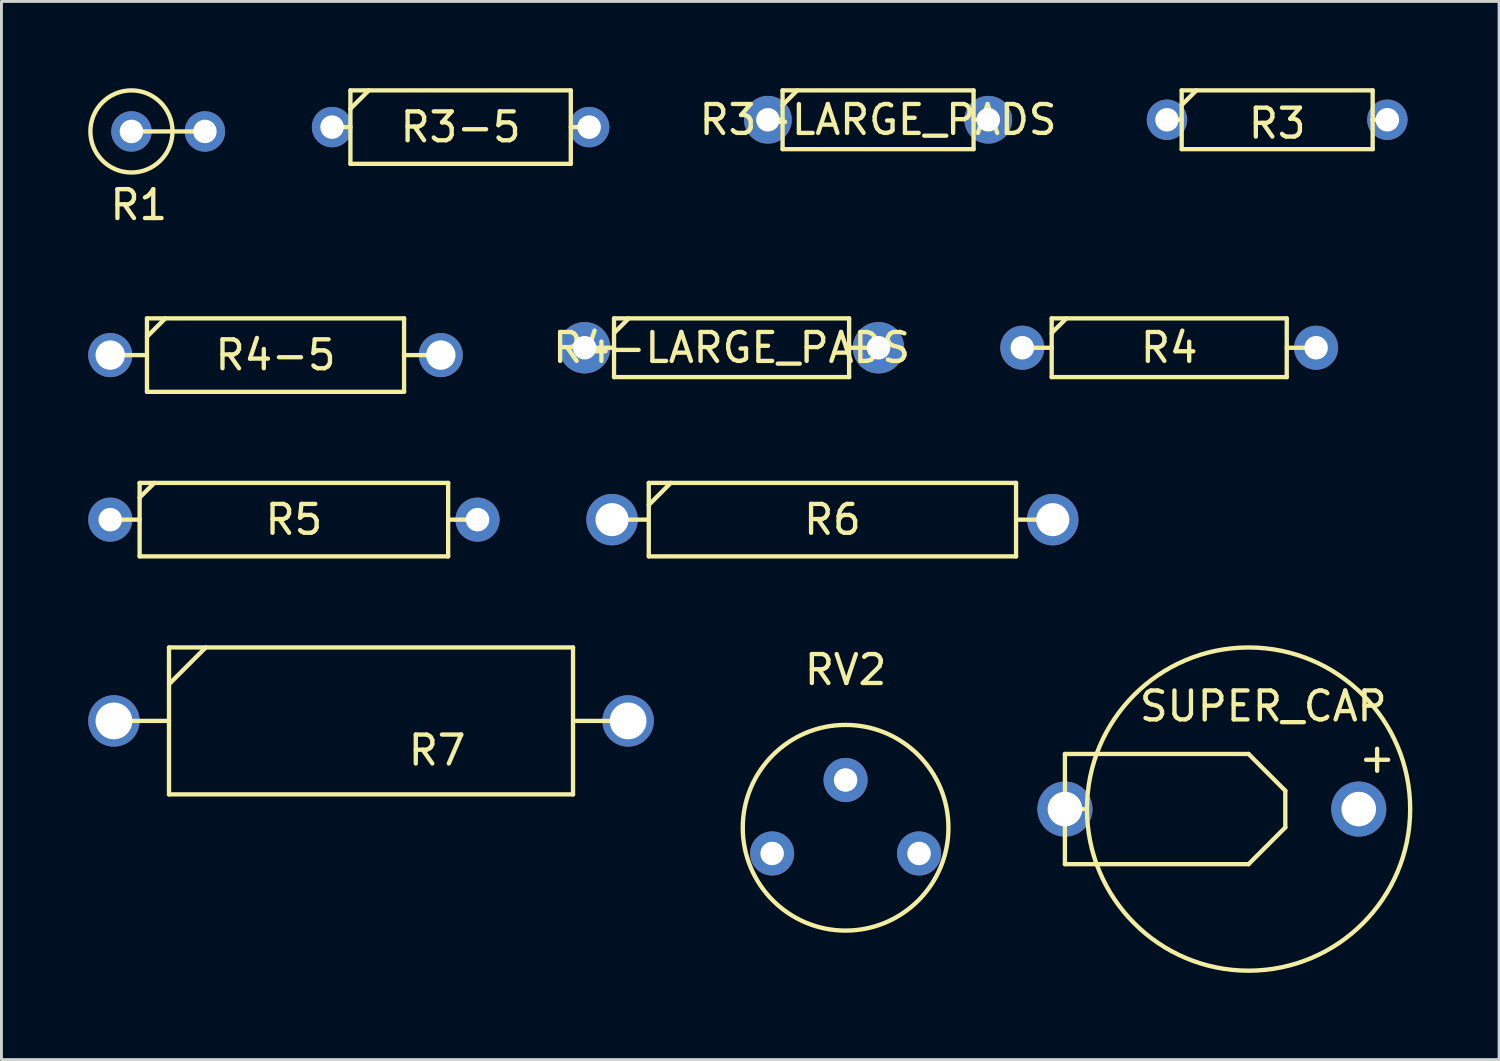
<source format=kicad_pcb>
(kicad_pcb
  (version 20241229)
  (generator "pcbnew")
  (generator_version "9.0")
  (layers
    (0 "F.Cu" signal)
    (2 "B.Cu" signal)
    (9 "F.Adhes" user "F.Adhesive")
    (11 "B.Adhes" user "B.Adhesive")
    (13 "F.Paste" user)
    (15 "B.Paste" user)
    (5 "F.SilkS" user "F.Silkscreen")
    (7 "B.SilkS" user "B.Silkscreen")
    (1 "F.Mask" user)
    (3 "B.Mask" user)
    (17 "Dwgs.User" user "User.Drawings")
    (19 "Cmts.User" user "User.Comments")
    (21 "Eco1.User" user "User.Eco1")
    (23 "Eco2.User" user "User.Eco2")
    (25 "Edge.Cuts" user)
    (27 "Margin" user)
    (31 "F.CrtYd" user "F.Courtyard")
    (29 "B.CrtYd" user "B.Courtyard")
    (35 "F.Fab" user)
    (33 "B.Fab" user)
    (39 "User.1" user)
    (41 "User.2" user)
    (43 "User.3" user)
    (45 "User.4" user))
  (footprint "R4-5"
    (layer "F.Cu")
    (at 6.477 9.228)
    (property "Reference" "R4-5" (at 0 0 0) (layer "F.SilkS") (effects (font (size 1 1) (thickness 0.15))))
    (attr through_hole)
    (fp_line (start -4.445 -1.27) (end -4.445 1.27) (stroke (width 0.15) (type solid)) (layer "F.SilkS"))
    (fp_line (start -4.445 -0.635) (end -3.81 -1.27) (stroke (width 0.15) (type solid)) (layer "F.SilkS"))
    (fp_line (start -4.445 0) (end -5.715 0) (stroke (width 0.15) (type solid)) (layer "F.SilkS"))
    (fp_line (start -4.445 1.27) (end 4.445 1.27) (stroke (width 0.15) (type solid)) (layer "F.SilkS"))
    (fp_line (start 4.445 -1.27) (end -4.445 -1.27) (stroke (width 0.15) (type solid)) (layer "F.SilkS"))
    (fp_line (start 4.445 0) (end 5.715 0) (stroke (width 0.15) (type solid)) (layer "F.SilkS"))
    (fp_line (start 4.445 1.27) (end 4.445 -1.27) (stroke (width 0.15) (type solid)) (layer "F.SilkS"))
    (pad "1" thru_hole circle (at -5.715 0) (size 1.524 1.524) (drill 1.016) (layers "*.Cu" "*.Mask"))
    (pad "2" thru_hole circle (at 5.715 0) (size 1.524 1.524) (drill 1.016) (layers "*.Cu" "*.Mask")))
  (footprint "R6"
    (layer "F.Cu")
    (at 25.733 14.918)
    (property "Reference" "R6" (at 0 0 0) (layer "F.SilkS") (effects (font (size 1 1) (thickness 0.15))))
    (attr through_hole)
    (fp_line (start -7.62 0) (end -6.35 0) (stroke (width 0.15) (type solid)) (layer "F.SilkS"))
    (fp_line (start -6.35 -1.27) (end -6.35 1.27) (stroke (width 0.15) (type solid)) (layer "F.SilkS"))
    (fp_line (start -6.35 -1.27) (end 6.35 -1.27) (stroke (width 0.15) (type solid)) (layer "F.SilkS"))
    (fp_line (start -6.35 -0.508) (end -5.588 -1.27) (stroke (width 0.15) (type solid)) (layer "F.SilkS"))
    (fp_line (start 6.35 -1.27) (end 6.35 1.27) (stroke (width 0.15) (type solid)) (layer "F.SilkS"))
    (fp_line (start 6.35 0) (end 7.62 0) (stroke (width 0.15) (type solid)) (layer "F.SilkS"))
    (fp_line (start 6.35 1.27) (end -6.35 1.27) (stroke (width 0.15) (type solid)) (layer "F.SilkS"))
    (pad "1" thru_hole circle (at -7.62 0) (size 1.778 1.778) (drill 1.143) (layers "*.Cu" "*.Mask"))
    (pad "2" thru_hole circle (at 7.62 0) (size 1.778 1.778) (drill 1.143) (layers "*.Cu" "*.Mask")))
  (footprint "R7"
    (layer "F.Cu")
    (at 9.779 21.878)
    (property "Reference" "R7" (at 2.286 1.016 0) (layer "F.SilkS") (effects (font (size 1 1) (thickness 0.15))))
    (attr through_hole)
    (fp_line (start -8.89 0) (end -8.89 0) (stroke (width 0.15) (type solid)) (layer "F.SilkS"))
    (fp_line (start -8.89 0) (end -8.89 0) (stroke (width 0.15) (type solid)) (layer "F.SilkS"))
    (fp_line (start -8.89 0) (end -6.985 0) (stroke (width 0.15) (type solid)) (layer "F.SilkS"))
    (fp_line (start -6.985 -2.54) (end -6.985 2.54) (stroke (width 0.15) (type solid)) (layer "F.SilkS"))
    (fp_line (start -6.985 -2.54) (end 6.985 -2.54) (stroke (width 0.15) (type solid)) (layer "F.SilkS"))
    (fp_line (start -6.985 -1.27) (end -5.715 -2.54) (stroke (width 0.15) (type solid)) (layer "F.SilkS"))
    (fp_line (start 6.985 -2.54) (end 6.985 2.54) (stroke (width 0.15) (type solid)) (layer "F.SilkS"))
    (fp_line (start 6.985 0) (end 8.89 0) (stroke (width 0.15) (type solid)) (layer "F.SilkS"))
    (fp_line (start 6.985 2.54) (end -6.985 2.54) (stroke (width 0.15) (type solid)) (layer "F.SilkS"))
    (fp_line (start 8.89 0) (end 8.89 0) (stroke (width 0.15) (type solid)) (layer "F.SilkS"))
    (pad "1" thru_hole circle (at -8.89 0) (size 1.778 1.778) (drill 1.27) (layers "*.Cu" "*.Mask"))
    (pad "2" thru_hole circle (at 8.89 0) (size 1.778 1.778) (drill 1.27) (layers "*.Cu" "*.Mask")))
  (footprint "RV2"
    (layer "F.Cu")
    (at 26.189 25.191)
    (property "Reference" "RV2" (at 0 -5.08 0) (layer "F.SilkS") (effects (font (size 1 1) (thickness 0.15))))
    (attr through_hole)
    (fp_circle (center 0 0.381) (end 0 -3.175) (stroke (width 0.15) (type solid)) (fill no) (layer "F.SilkS"))
    (pad "1" thru_hole circle (at -2.54 1.27) (size 1.524 1.524) (drill 0.813) (layers "*.Cu" "*.Mask"))
    (pad "2" thru_hole circle (at 0 -1.27) (size 1.524 1.524) (drill 0.813) (layers "*.Cu" "*.Mask"))
    (pad "3" thru_hole circle (at 2.54 1.27) (size 1.524 1.524) (drill 0.813) (layers "*.Cu" "*.Mask")))
  (footprint "R5"
    (layer "F.Cu")
    (at 7.112 14.918)
    (property "Reference" "R5" (at 0 0 0) (layer "F.SilkS") (effects (font (size 1 1) (thickness 0.15))))
    (attr through_hole)
    (fp_line (start -6.35 0) (end -5.334 0) (stroke (width 0.15) (type solid)) (layer "F.SilkS"))
    (fp_line (start -5.334 -1.27) (end 5.334 -1.27) (stroke (width 0.15) (type solid)) (layer "F.SilkS"))
    (fp_line (start -5.334 -0.762) (end -4.826 -1.27) (stroke (width 0.15) (type solid)) (layer "F.SilkS"))
    (fp_line (start -5.334 1.27) (end -5.334 -1.27) (stroke (width 0.15) (type solid)) (layer "F.SilkS"))
    (fp_line (start 5.334 -1.27) (end 5.334 1.27) (stroke (width 0.15) (type solid)) (layer "F.SilkS"))
    (fp_line (start 5.334 1.27) (end -5.334 1.27) (stroke (width 0.15) (type solid)) (layer "F.SilkS"))
    (fp_line (start 6.35 0) (end 5.334 0) (stroke (width 0.15) (type solid)) (layer "F.SilkS"))
    (pad "1" thru_hole circle (at -6.35 0) (size 1.524 1.524) (drill 0.813) (layers "*.Cu" "*.Mask"))
    (pad "2" thru_hole circle (at 6.35 0) (size 1.524 1.524) (drill 0.813) (layers "*.Cu" "*.Mask")))
  (footprint "R3-LARGE_PADS"
    (layer "F.Cu")
    (at 27.312 1.091)
    (property "Reference" "R3-LARGE_PADS" (at 0 0 0) (layer "F.SilkS") (effects (font (size 1 1) (thickness 0.15))))
    (attr through_hole)
    (fp_line (start -3.81 0) (end -3.302 0) (stroke (width 0.15) (type solid)) (layer "F.SilkS"))
    (fp_line (start -3.302 -1.016) (end -3.302 1.016) (stroke (width 0.15) (type solid)) (layer "F.SilkS"))
    (fp_line (start -3.302 -0.508) (end -2.794 -1.016) (stroke (width 0.15) (type solid)) (layer "F.SilkS"))
    (fp_line (start -3.302 1.016) (end 3.302 1.016) (stroke (width 0.15) (type solid)) (layer "F.SilkS"))
    (fp_line (start 3.302 -1.016) (end -3.302 -1.016) (stroke (width 0.15) (type solid)) (layer "F.SilkS"))
    (fp_line (start 3.302 0) (end 3.302 -1.016) (stroke (width 0.15) (type solid)) (layer "F.SilkS"))
    (fp_line (start 3.302 1.016) (end 3.302 0) (stroke (width 0.15) (type solid)) (layer "F.SilkS"))
    (fp_line (start 3.81 0) (end 3.302 0) (stroke (width 0.15) (type solid)) (layer "F.SilkS"))
    (pad "1" thru_hole circle (at -3.81 0) (size 1.651 1.651) (drill 0.813) (layers "*.Cu" "*.Mask"))
    (pad "2" thru_hole circle (at 3.81 0) (size 1.651 1.651) (drill 0.813) (layers "*.Cu" "*.Mask")))
  (footprint "R3"
    (layer "F.Cu")
    (at 41.112 1.091)
    (property "Reference" "R3" (at 0 0.127 0) (layer "F.SilkS") (effects (font (size 1 1) (thickness 0.15))))
    (attr through_hole)
    (fp_line (start -3.81 0) (end -3.302 0) (stroke (width 0.15) (type solid)) (layer "F.SilkS"))
    (fp_line (start -3.302 -1.016) (end -3.302 1.016) (stroke (width 0.15) (type solid)) (layer "F.SilkS"))
    (fp_line (start -3.302 -0.508) (end -2.794 -1.016) (stroke (width 0.15) (type solid)) (layer "F.SilkS"))
    (fp_line (start -3.302 1.016) (end 3.302 1.016) (stroke (width 0.15) (type solid)) (layer "F.SilkS"))
    (fp_line (start 3.302 -1.016) (end -3.302 -1.016) (stroke (width 0.15) (type solid)) (layer "F.SilkS"))
    (fp_line (start 3.302 0) (end 3.302 -1.016) (stroke (width 0.15) (type solid)) (layer "F.SilkS"))
    (fp_line (start 3.302 1.016) (end 3.302 0) (stroke (width 0.15) (type solid)) (layer "F.SilkS"))
    (fp_line (start 3.81 0) (end 3.302 0) (stroke (width 0.15) (type solid)) (layer "F.SilkS"))
    (pad "1" thru_hole circle (at -3.81 0) (size 1.397 1.397) (drill 0.813) (layers "*.Cu" "*.Mask"))
    (pad "2" thru_hole circle (at 3.81 0) (size 1.397 1.397) (drill 0.813) (layers "*.Cu" "*.Mask")))
  (footprint "R4"
    (layer "F.Cu")
    (at 37.379 8.974)
    (property "Reference" "R4" (at 0 0 0) (layer "F.SilkS") (effects (font (size 1 1) (thickness 0.15))))
    (attr through_hole)
    (fp_line (start -5.08 0) (end -4.064 0) (stroke (width 0.15) (type solid)) (layer "F.SilkS"))
    (fp_line (start -4.064 -1.016) (end 4.064 -1.016) (stroke (width 0.15) (type solid)) (layer "F.SilkS"))
    (fp_line (start -4.064 -0.508) (end -3.556 -1.016) (stroke (width 0.15) (type solid)) (layer "F.SilkS"))
    (fp_line (start -4.064 0) (end -4.064 -1.016) (stroke (width 0.15) (type solid)) (layer "F.SilkS"))
    (fp_line (start -4.064 1.016) (end -4.064 0) (stroke (width 0.15) (type solid)) (layer "F.SilkS"))
    (fp_line (start 4.064 -1.016) (end 4.064 1.016) (stroke (width 0.15) (type solid)) (layer "F.SilkS"))
    (fp_line (start 4.064 1.016) (end -4.064 1.016) (stroke (width 0.15) (type solid)) (layer "F.SilkS"))
    (fp_line (start 5.08 0) (end 4.064 0) (stroke (width 0.15) (type solid)) (layer "F.SilkS"))
    (pad "1" thru_hole circle (at -5.08 0) (size 1.524 1.524) (drill 0.813) (layers "*.Cu" "*.Mask"))
    (pad "2" thru_hole circle (at 5.08 0) (size 1.524 1.524) (drill 0.813) (layers "*.Cu" "*.Mask")))
  (footprint "R3-5"
    (layer "F.Cu")
    (at 12.877 1.345)
    (property "Reference" "R3-5" (at 0 0 0) (layer "F.SilkS") (effects (font (size 1 1) (thickness 0.15))))
    (attr through_hole)
    (fp_line (start -4.445 0) (end -3.81 0) (stroke (width 0.15) (type solid)) (layer "F.SilkS"))
    (fp_line (start -3.81 -1.27) (end -3.81 -0.635) (stroke (width 0.15) (type solid)) (layer "F.SilkS"))
    (fp_line (start -3.81 -0.635) (end -3.81 1.27) (stroke (width 0.15) (type solid)) (layer "F.SilkS"))
    (fp_line (start -3.81 -0.635) (end -3.175 -1.27) (stroke (width 0.15) (type solid)) (layer "F.SilkS"))
    (fp_line (start -3.81 1.27) (end 3.81 1.27) (stroke (width 0.15) (type solid)) (layer "F.SilkS"))
    (fp_line (start 3.81 -1.27) (end -3.81 -1.27) (stroke (width 0.15) (type solid)) (layer "F.SilkS"))
    (fp_line (start 3.81 0) (end 4.445 0) (stroke (width 0.15) (type solid)) (layer "F.SilkS"))
    (fp_line (start 3.81 1.27) (end 3.81 -1.27) (stroke (width 0.15) (type solid)) (layer "F.SilkS"))
    (pad "1" thru_hole circle (at -4.445 0) (size 1.397 1.397) (drill 0.813) (layers "*.Cu" "*.Mask"))
    (pad "2" thru_hole circle (at 4.445 0) (size 1.397 1.397) (drill 0.813) (layers "*.Cu" "*.Mask")))
  (footprint "SUPER_CAP"
    (layer "F.Cu")
    (at 40.123 24.926)
    (property "Reference" "SUPER_CAP" (at 0.508 -3.556 0) (layer "F.SilkS") (effects (font (size 1 1) (thickness 0.15))))
    (attr through_hole)
    (fp_line (start -6.35 -1.905) (end -6.35 1.905) (stroke (width 0.15) (type solid)) (layer "F.SilkS"))
    (fp_line (start -6.35 1.905) (end 0 1.905) (stroke (width 0.15) (type solid)) (layer "F.SilkS"))
    (fp_line (start -5.715 0) (end -6.35 0) (stroke (width 0.15) (type solid)) (layer "F.SilkS"))
    (fp_line (start 0 -1.905) (end -6.35 -1.905) (stroke (width 0.15) (type solid)) (layer "F.SilkS"))
    (fp_line (start 0 1.905) (end 1.27 0.635) (stroke (width 0.15) (type solid)) (layer "F.SilkS"))
    (fp_line (start 1.27 -0.635) (end 0 -1.905) (stroke (width 0.15) (type solid)) (layer "F.SilkS"))
    (fp_line (start 1.27 0.635) (end 1.27 -0.635) (stroke (width 0.15) (type solid)) (layer "F.SilkS"))
    (fp_circle (center 0 0) (end 0 -5.588) (stroke (width 0.15) (type solid)) (fill no) (layer "F.SilkS"))
    (fp_text user "+" (at 4.445 -1.778 0) (layer "F.SilkS") (effects (font (size 1 1) (thickness 0.15))))
    (pad "1" thru_hole circle (at 3.81 0) (size 1.905 1.905) (drill 1.194) (layers "*.Cu" "*.Mask"))
    (pad "2" thru_hole circle (at -6.35 0) (size 1.905 1.905) (drill 1.194) (layers "*.Cu" "*.Mask")))
  (footprint "R4-LARGE_PADS"
    (layer "F.Cu")
    (at 22.246 8.974)
    (property "Reference" "R4-LARGE_PADS" (at 0 0 0) (layer "F.SilkS") (effects (font (size 1 1) (thickness 0.15))))
    (attr through_hole)
    (fp_line (start -5.08 0) (end -4.064 0) (stroke (width 0.15) (type solid)) (layer "F.SilkS"))
    (fp_line (start -4.064 -1.016) (end 4.064 -1.016) (stroke (width 0.15) (type solid)) (layer "F.SilkS"))
    (fp_line (start -4.064 -0.508) (end -3.556 -1.016) (stroke (width 0.15) (type solid)) (layer "F.SilkS"))
    (fp_line (start -4.064 0) (end -4.064 -1.016) (stroke (width 0.15) (type solid)) (layer "F.SilkS"))
    (fp_line (start -4.064 1.016) (end -4.064 0) (stroke (width 0.15) (type solid)) (layer "F.SilkS"))
    (fp_line (start 4.064 -1.016) (end 4.064 1.016) (stroke (width 0.15) (type solid)) (layer "F.SilkS"))
    (fp_line (start 4.064 1.016) (end -4.064 1.016) (stroke (width 0.15) (type solid)) (layer "F.SilkS"))
    (fp_line (start 5.08 0) (end 4.064 0) (stroke (width 0.15) (type solid)) (layer "F.SilkS"))
    (pad "1" thru_hole circle (at -5.08 0) (size 1.778 1.778) (drill 0.813) (layers "*.Cu" "*.Mask"))
    (pad "2" thru_hole circle (at 5.08 0) (size 1.778 1.778) (drill 0.813) (layers "*.Cu" "*.Mask")))
  (footprint "R1"
    (layer "F.Cu")
    (at 2.765 1.495)
    (property "Reference" "R1" (at -1.016 2.54 0) (layer "F.SilkS") (effects (font (size 1 1) (thickness 0.15))))
    (attr through_hole)
    (fp_line (start -1.27 0) (end 1.27 0) (stroke (width 0.15) (type solid)) (layer "F.SilkS"))
    (fp_circle (center -1.27 0) (end -0.635 1.27) (stroke (width 0.15) (type solid)) (fill no) (layer "F.SilkS"))
    (pad "1" thru_hole circle (at -1.27 0) (size 1.397 1.397) (drill 0.813) (layers "*.Cu" "*.Mask"))
    (pad "2" thru_hole circle (at 1.27 0) (size 1.397 1.397) (drill 0.813) (layers "*.Cu" "*.Mask")))
  (gr_rect
    (start -3 -3)
    (end 48.785 33.589)
    (stroke (width 0.1) (type default))
    (fill no)
    (layer "Edge.Cuts")))
</source>
